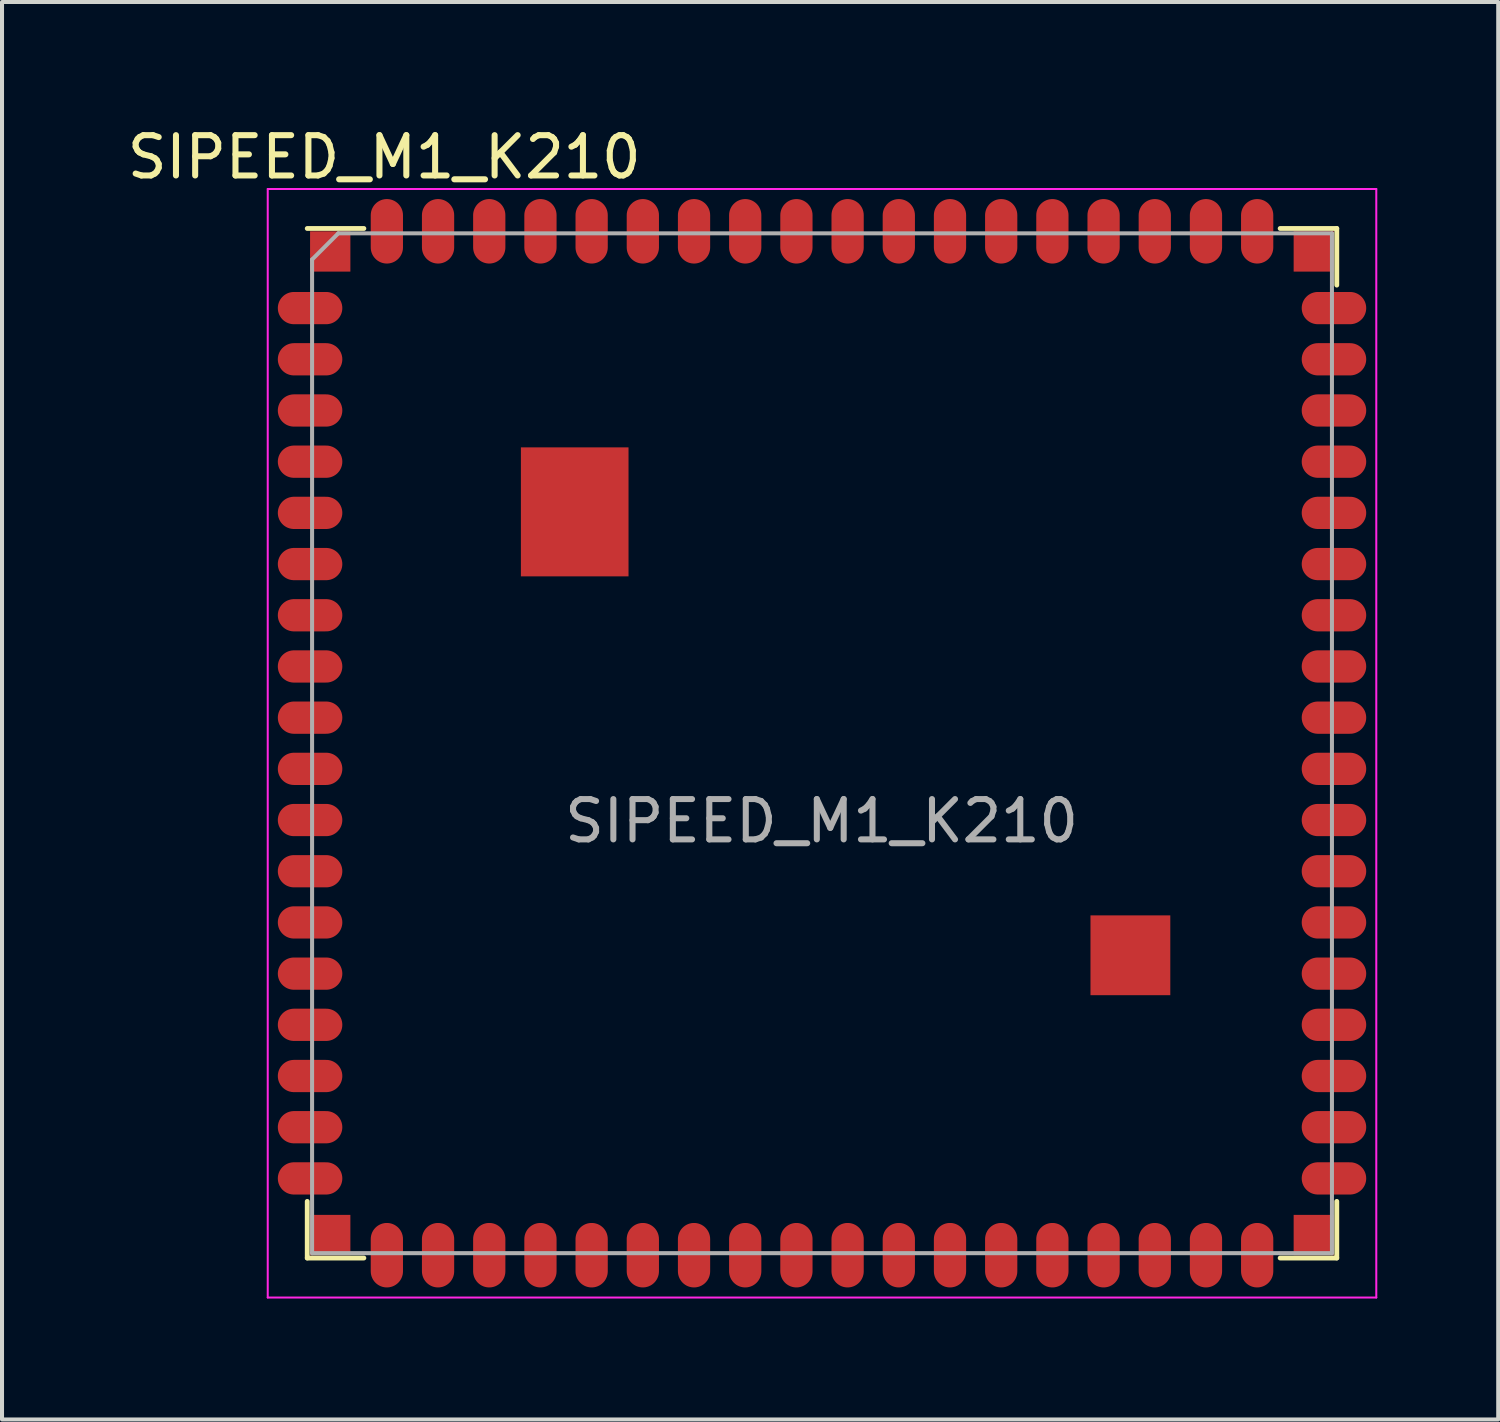
<source format=kicad_pcb>
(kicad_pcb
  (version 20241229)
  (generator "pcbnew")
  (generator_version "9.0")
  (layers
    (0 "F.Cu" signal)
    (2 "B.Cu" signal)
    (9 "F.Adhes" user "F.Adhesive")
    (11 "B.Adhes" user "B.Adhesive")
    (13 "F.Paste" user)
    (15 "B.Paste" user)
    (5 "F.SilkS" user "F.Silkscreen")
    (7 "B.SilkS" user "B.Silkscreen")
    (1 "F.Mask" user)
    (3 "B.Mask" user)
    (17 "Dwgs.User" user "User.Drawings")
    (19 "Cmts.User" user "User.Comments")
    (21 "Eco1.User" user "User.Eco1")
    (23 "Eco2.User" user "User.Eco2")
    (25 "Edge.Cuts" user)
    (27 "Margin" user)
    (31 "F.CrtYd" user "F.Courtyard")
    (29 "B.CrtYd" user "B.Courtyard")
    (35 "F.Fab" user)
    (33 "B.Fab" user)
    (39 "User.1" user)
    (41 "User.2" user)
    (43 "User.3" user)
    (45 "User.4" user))
  (footprint "SIPEED_M1_K210"
    (layer "F.Cu")
    (at 17.342 15.388)
    (property "Reference" "SIPEED_M1_K210" (at -10.86 -14.54 0) (layer "F.SilkS") (effects (font (size 1 1) (thickness 0.15))))
    (attr smd)
    (fp_line (start -12.77 -12.77) (end -11.365 -12.77) (stroke (width 0.12) (type solid)) (layer "F.SilkS"))
    (fp_line (start -12.77 12.77) (end -12.77 11.365) (stroke (width 0.12) (type solid)) (layer "F.SilkS"))
    (fp_line (start -11.365 12.77) (end -12.77 12.77) (stroke (width 0.12) (type solid)) (layer "F.SilkS"))
    (fp_line (start 11.365 -12.77) (end 12.77 -12.77) (stroke (width 0.12) (type solid)) (layer "F.SilkS"))
    (fp_line (start 12.77 -12.77) (end 12.77 -11.365) (stroke (width 0.12) (type solid)) (layer "F.SilkS"))
    (fp_line (start 12.77 11.365) (end 12.77 12.77) (stroke (width 0.12) (type solid)) (layer "F.SilkS"))
    (fp_line (start 12.77 12.77) (end 11.365 12.77) (stroke (width 0.12) (type solid)) (layer "F.SilkS"))
    (fp_line (start -13.75 -13.75) (end 13.75 -13.75) (stroke (width 0.05) (type solid)) (layer "F.CrtYd"))
    (fp_line (start -13.75 13.75) (end -13.75 -13.75) (stroke (width 0.05) (type solid)) (layer "F.CrtYd"))
    (fp_line (start 13.75 -13.75) (end 13.75 13.75) (stroke (width 0.05) (type solid)) (layer "F.CrtYd"))
    (fp_line (start 13.75 13.75) (end -13.75 13.75) (stroke (width 0.05) (type solid)) (layer "F.CrtYd"))
    (fp_line (start -12.65 -12) (end -12.65 12.65) (stroke (width 0.1) (type solid)) (layer "F.Fab"))
    (fp_line (start -12.65 12.65) (end 12.65 12.65) (stroke (width 0.1) (type solid)) (layer "F.Fab"))
    (fp_line (start -12 -12.65) (end -12.65 -12) (stroke (width 0.1) (type solid)) (layer "F.Fab"))
    (fp_line (start 12.65 -12.65) (end -12 -12.65) (stroke (width 0.1) (type solid)) (layer "F.Fab"))
    (fp_line (start 12.65 12.65) (end 12.65 -12.65) (stroke (width 0.1) (type solid)) (layer "F.Fab"))
    (fp_text user "${REFERENCE}" (at -0.01 1.93 0) (layer "F.Fab") (effects (font (size 1 1) (thickness 0.15))))
    (pad "" smd rect (at -12.2 -12.2) (size 1 1) (layers "F.Cu" "F.Mask" "F.Paste"))
    (pad "" smd rect (at -12.2 12.2) (size 1 1) (layers "F.Cu" "F.Mask" "F.Paste"))
    (pad "" smd roundrect (at -6.8 -6.79) (size 0.8 0.8) (layers "F.Paste") (roundrect_rratio 0.25))
    (pad "" smd roundrect (at -6.8 -5.74) (size 0.8 0.8) (layers "F.Paste") (roundrect_rratio 0.25))
    (pad "" smd roundrect (at -6.8 -4.69) (size 0.8 0.8) (layers "F.Paste") (roundrect_rratio 0.25))
    (pad "" smd roundrect (at -5.47 -6.79) (size 0.8 0.8) (layers "F.Paste") (roundrect_rratio 0.25))
    (pad "" smd roundrect (at -5.47 -5.74) (size 0.8 0.8) (layers "F.Paste") (roundrect_rratio 0.25))
    (pad "" smd roundrect (at -5.47 -4.69) (size 0.8 0.8) (layers "F.Paste") (roundrect_rratio 0.25))
    (pad "" smd rect (at 12.2 -12.2) (size 1 1) (layers "F.Cu" "F.Mask" "F.Paste"))
    (pad "" smd rect (at 12.2 12.2) (size 1 1) (layers "F.Cu" "F.Mask" "F.Paste"))
    (pad "1" smd oval (at -12.7 -10.795) (size 1.6 0.8) (layers "F.Cu" "F.Mask" "F.Paste"))
    (pad "2" smd oval (at -12.7 -9.525) (size 1.6 0.8) (layers "F.Cu" "F.Mask" "F.Paste"))
    (pad "3" smd oval (at -12.7 -8.255) (size 1.6 0.8) (layers "F.Cu" "F.Mask" "F.Paste"))
    (pad "4" smd oval (at -12.7 -6.985) (size 1.6 0.8) (layers "F.Cu" "F.Mask" "F.Paste"))
    (pad "5" smd oval (at -12.7 -5.715) (size 1.6 0.8) (layers "F.Cu" "F.Mask" "F.Paste"))
    (pad "6" smd oval (at -12.7 -4.445) (size 1.6 0.8) (layers "F.Cu" "F.Mask" "F.Paste"))
    (pad "7" smd oval (at -12.7 -3.175) (size 1.6 0.8) (layers "F.Cu" "F.Mask" "F.Paste"))
    (pad "8" smd oval (at -12.7 -1.905) (size 1.6 0.8) (layers "F.Cu" "F.Mask" "F.Paste"))
    (pad "9" smd oval (at -12.7 -0.635) (size 1.6 0.8) (layers "F.Cu" "F.Mask" "F.Paste"))
    (pad "10" smd oval (at -12.7 0.635) (size 1.6 0.8) (layers "F.Cu" "F.Mask" "F.Paste"))
    (pad "11" smd oval (at -12.7 1.905) (size 1.6 0.8) (layers "F.Cu" "F.Mask" "F.Paste"))
    (pad "12" smd oval (at -12.7 3.175) (size 1.6 0.8) (layers "F.Cu" "F.Mask" "F.Paste"))
    (pad "13" smd oval (at -12.7 4.445) (size 1.6 0.8) (layers "F.Cu" "F.Mask" "F.Paste"))
    (pad "14" smd oval (at -12.7 5.715) (size 1.6 0.8) (layers "F.Cu" "F.Mask" "F.Paste"))
    (pad "15" smd oval (at -12.7 6.985) (size 1.6 0.8) (layers "F.Cu" "F.Mask" "F.Paste"))
    (pad "16" smd oval (at -12.7 8.255) (size 1.6 0.8) (layers "F.Cu" "F.Mask" "F.Paste"))
    (pad "17" smd oval (at -12.7 9.525) (size 1.6 0.8) (layers "F.Cu" "F.Mask" "F.Paste"))
    (pad "18" smd oval (at -12.7 10.795) (size 1.6 0.8) (layers "F.Cu" "F.Mask" "F.Paste"))
    (pad "19" smd oval (at -10.795 12.7) (size 0.8 1.6) (layers "F.Cu" "F.Mask" "F.Paste"))
    (pad "20" smd oval (at -9.525 12.7) (size 0.8 1.6) (layers "F.Cu" "F.Mask" "F.Paste"))
    (pad "21" smd oval (at -8.255 12.7) (size 0.8 1.6) (layers "F.Cu" "F.Mask" "F.Paste"))
    (pad "22" smd oval (at -6.985 12.7) (size 0.8 1.6) (layers "F.Cu" "F.Mask" "F.Paste"))
    (pad "23" smd oval (at -5.715 12.7) (size 0.8 1.6) (layers "F.Cu" "F.Mask" "F.Paste"))
    (pad "24" smd oval (at -4.445 12.7) (size 0.8 1.6) (layers "F.Cu" "F.Mask" "F.Paste"))
    (pad "25" smd oval (at -3.175 12.7) (size 0.8 1.6) (layers "F.Cu" "F.Mask" "F.Paste"))
    (pad "26" smd oval (at -1.905 12.7) (size 0.8 1.6) (layers "F.Cu" "F.Mask" "F.Paste"))
    (pad "27" smd oval (at -0.635 12.7) (size 0.8 1.6) (layers "F.Cu" "F.Mask" "F.Paste"))
    (pad "28" smd oval (at 0.635 12.7) (size 0.8 1.6) (layers "F.Cu" "F.Mask" "F.Paste"))
    (pad "29" smd oval (at 1.905 12.7) (size 0.8 1.6) (layers "F.Cu" "F.Mask" "F.Paste"))
    (pad "30" smd oval (at 3.175 12.7) (size 0.8 1.6) (layers "F.Cu" "F.Mask" "F.Paste"))
    (pad "31" smd oval (at 4.445 12.7) (size 0.8 1.6) (layers "F.Cu" "F.Mask" "F.Paste"))
    (pad "32" smd oval (at 5.715 12.7) (size 0.8 1.6) (layers "F.Cu" "F.Mask" "F.Paste"))
    (pad "33" smd oval (at 6.985 12.7) (size 0.8 1.6) (layers "F.Cu" "F.Mask" "F.Paste"))
    (pad "34" smd oval (at 8.255 12.7) (size 0.8 1.6) (layers "F.Cu" "F.Mask" "F.Paste"))
    (pad "35" smd oval (at 9.525 12.7) (size 0.8 1.6) (layers "F.Cu" "F.Mask" "F.Paste"))
    (pad "36" smd oval (at 10.795 12.7) (size 0.8 1.6) (layers "F.Cu" "F.Mask" "F.Paste"))
    (pad "37" smd oval (at 12.7 10.795) (size 1.6 0.8) (layers "F.Cu" "F.Mask" "F.Paste"))
    (pad "38" smd oval (at 12.7 9.525) (size 1.6 0.8) (layers "F.Cu" "F.Mask" "F.Paste"))
    (pad "39" smd oval (at 12.7 8.255) (size 1.6 0.8) (layers "F.Cu" "F.Mask" "F.Paste"))
    (pad "40" smd oval (at 12.7 6.985) (size 1.6 0.8) (layers "F.Cu" "F.Mask" "F.Paste"))
    (pad "41" smd oval (at 12.7 5.715) (size 1.6 0.8) (layers "F.Cu" "F.Mask" "F.Paste"))
    (pad "42" smd oval (at 12.7 4.445) (size 1.6 0.8) (layers "F.Cu" "F.Mask" "F.Paste"))
    (pad "43" smd oval (at 12.7 3.175) (size 1.6 0.8) (layers "F.Cu" "F.Mask" "F.Paste"))
    (pad "44" smd oval (at 12.7 1.905) (size 1.6 0.8) (layers "F.Cu" "F.Mask" "F.Paste"))
    (pad "45" smd oval (at 12.7 0.635) (size 1.6 0.8) (layers "F.Cu" "F.Mask" "F.Paste"))
    (pad "46" smd oval (at 12.7 -0.635) (size 1.6 0.8) (layers "F.Cu" "F.Mask" "F.Paste"))
    (pad "47" smd oval (at 12.7 -1.905) (size 1.6 0.8) (layers "F.Cu" "F.Mask" "F.Paste"))
    (pad "48" smd oval (at 12.7 -3.175) (size 1.6 0.8) (layers "F.Cu" "F.Mask" "F.Paste"))
    (pad "49" smd oval (at 12.7 -4.445) (size 1.6 0.8) (layers "F.Cu" "F.Mask" "F.Paste"))
    (pad "50" smd oval (at 12.7 -5.715) (size 1.6 0.8) (layers "F.Cu" "F.Mask" "F.Paste"))
    (pad "51" smd oval (at 12.7 -6.985) (size 1.6 0.8) (layers "F.Cu" "F.Mask" "F.Paste"))
    (pad "52" smd oval (at 12.7 -8.255) (size 1.6 0.8) (layers "F.Cu" "F.Mask" "F.Paste"))
    (pad "53" smd oval (at 12.7 -9.525) (size 1.6 0.8) (layers "F.Cu" "F.Mask" "F.Paste"))
    (pad "54" smd oval (at 12.7 -10.795) (size 1.6 0.8) (layers "F.Cu" "F.Mask" "F.Paste"))
    (pad "55" smd oval (at 10.795 -12.7) (size 0.8 1.6) (layers "F.Cu" "F.Mask" "F.Paste"))
    (pad "56" smd oval (at 9.525 -12.7) (size 0.8 1.6) (layers "F.Cu" "F.Mask" "F.Paste"))
    (pad "57" smd oval (at 8.255 -12.7) (size 0.8 1.6) (layers "F.Cu" "F.Mask" "F.Paste"))
    (pad "58" smd oval (at 6.985 -12.7) (size 0.8 1.6) (layers "F.Cu" "F.Mask" "F.Paste"))
    (pad "59" smd oval (at 5.715 -12.7) (size 0.8 1.6) (layers "F.Cu" "F.Mask" "F.Paste"))
    (pad "60" smd oval (at 4.445 -12.7) (size 0.8 1.6) (layers "F.Cu" "F.Mask" "F.Paste"))
    (pad "61" smd oval (at 3.175 -12.7) (size 0.8 1.6) (layers "F.Cu" "F.Mask" "F.Paste"))
    (pad "62" smd oval (at 1.905 -12.7) (size 0.8 1.6) (layers "F.Cu" "F.Mask" "F.Paste"))
    (pad "63" smd oval (at 0.635 -12.7) (size 0.8 1.6) (layers "F.Cu" "F.Mask" "F.Paste"))
    (pad "64" smd oval (at -0.635 -12.7) (size 0.8 1.6) (layers "F.Cu" "F.Mask" "F.Paste"))
    (pad "65" smd oval (at -1.905 -12.7) (size 0.8 1.6) (layers "F.Cu" "F.Mask" "F.Paste"))
    (pad "66" smd oval (at -3.175 -12.7) (size 0.8 1.6) (layers "F.Cu" "F.Mask" "F.Paste"))
    (pad "67" smd oval (at -4.445 -12.7) (size 0.8 1.6) (layers "F.Cu" "F.Mask" "F.Paste"))
    (pad "68" smd oval (at -5.715 -12.7) (size 0.8 1.6) (layers "F.Cu" "F.Mask" "F.Paste"))
    (pad "69" smd oval (at -6.985 -12.7) (size 0.8 1.6) (layers "F.Cu" "F.Mask" "F.Paste"))
    (pad "70" smd oval (at -8.255 -12.7) (size 0.8 1.6) (layers "F.Cu" "F.Mask" "F.Paste"))
    (pad "71" smd oval (at -9.525 -12.7) (size 0.8 1.6) (layers "F.Cu" "F.Mask" "F.Paste"))
    (pad "72" smd oval (at -10.795 -12.7) (size 0.8 1.6) (layers "F.Cu" "F.Mask" "F.Paste"))
    (pad "73" smd rect (at -6.135 -5.74) (size 2.67 3.2) (layers "F.Cu" "F.Mask"))
    (pad "74" smd rect (at 7.65 5.26) (size 1.98 1.98) (layers "F.Cu" "F.Mask")))
  (gr_rect
    (start -3 -3)
    (end 34.117 32.163)
    (stroke (width 0.1) (type default))
    (fill no)
    (layer "Edge.Cuts")))
</source>
